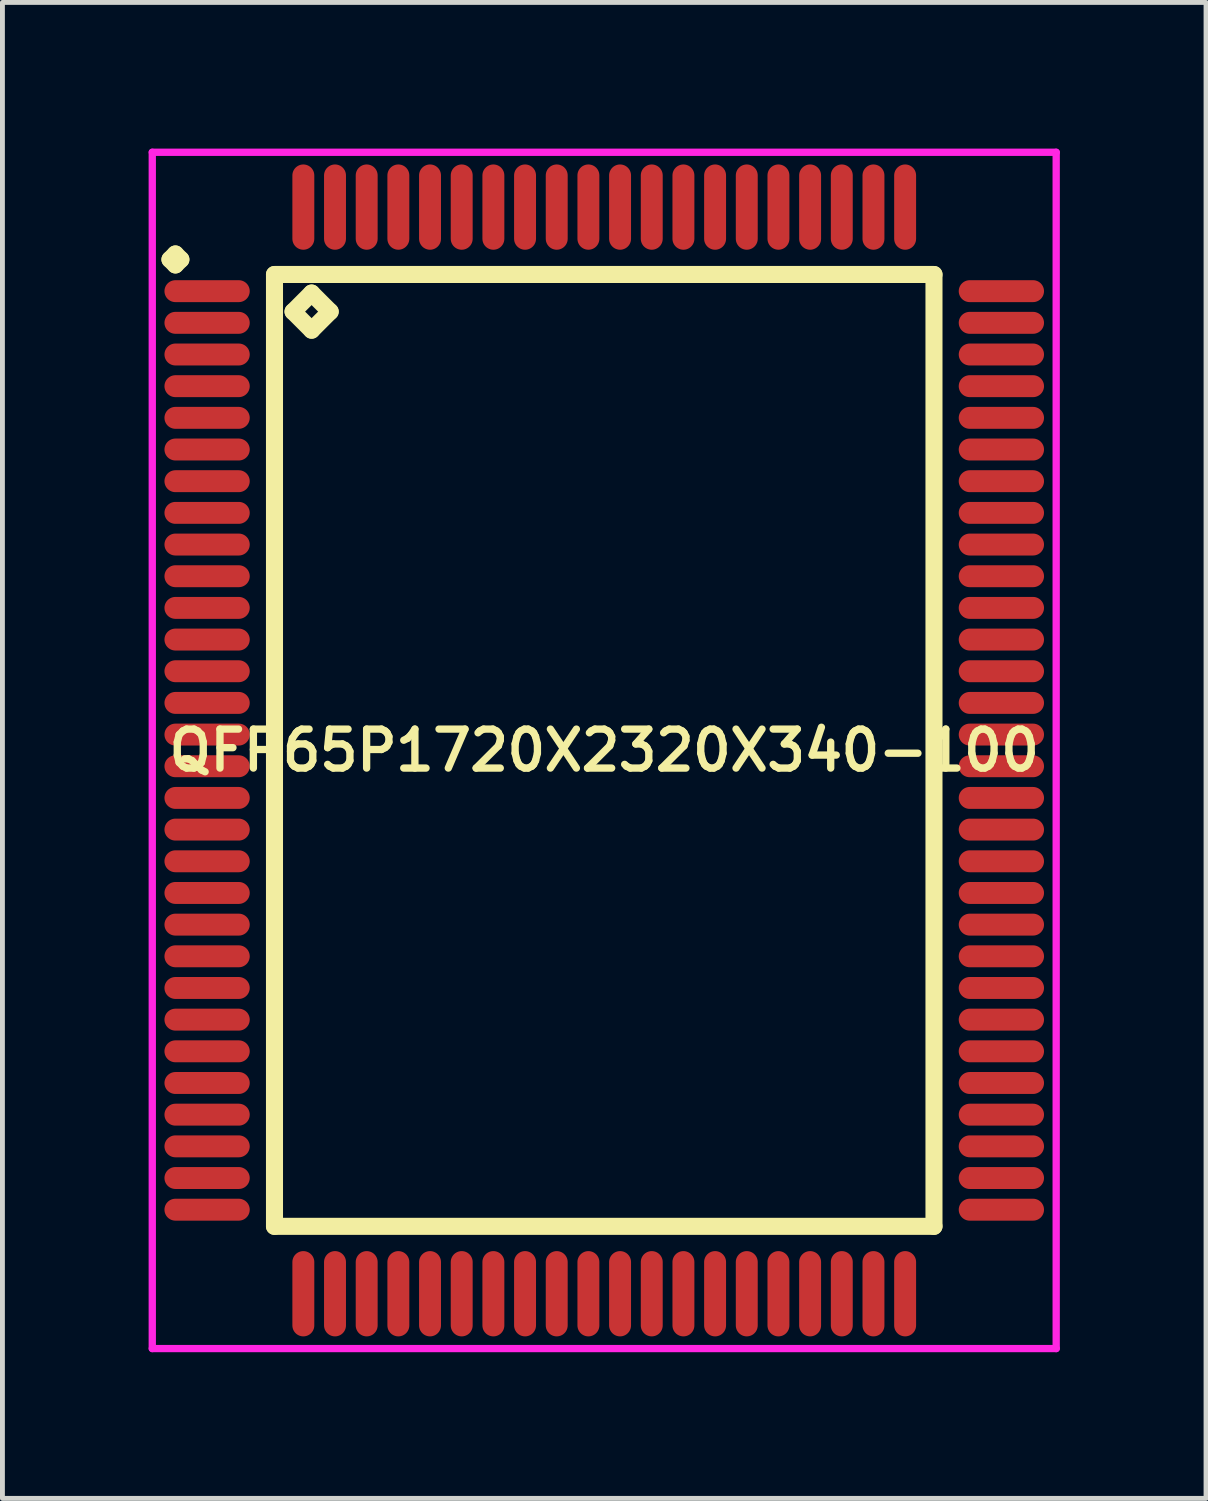
<source format=kicad_pcb>
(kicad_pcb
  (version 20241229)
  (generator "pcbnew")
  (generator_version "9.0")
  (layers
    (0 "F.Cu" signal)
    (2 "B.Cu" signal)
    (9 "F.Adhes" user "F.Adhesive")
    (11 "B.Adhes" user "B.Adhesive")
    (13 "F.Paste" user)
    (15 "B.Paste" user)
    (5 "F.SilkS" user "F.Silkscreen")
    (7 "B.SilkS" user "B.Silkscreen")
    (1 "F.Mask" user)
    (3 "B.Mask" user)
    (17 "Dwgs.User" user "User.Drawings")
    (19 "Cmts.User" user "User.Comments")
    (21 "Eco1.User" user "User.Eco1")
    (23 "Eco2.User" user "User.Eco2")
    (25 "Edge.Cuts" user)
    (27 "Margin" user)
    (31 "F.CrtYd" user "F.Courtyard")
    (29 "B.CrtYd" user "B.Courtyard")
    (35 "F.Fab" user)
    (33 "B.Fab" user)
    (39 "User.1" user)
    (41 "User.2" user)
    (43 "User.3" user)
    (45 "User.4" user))
  (footprint "QFP65P1720X2320X340-100"
    (layer "F.Cu")
    (at 9.35 12.35)
    (property "Reference" "QFP65P1720X2320X340-100" (at 0 0 0) (layer "F.SilkS") (effects (font (size 0.8 0.8) (thickness 0.15))))
    (attr smd)
    (fp_line (start -8.912 -10.075) (end -8.8 -10.188) (stroke (width 0.35) (type solid)) (layer "F.SilkS"))
    (fp_line (start -8.8 -10.188) (end -8.688 -10.075) (stroke (width 0.35) (type solid)) (layer "F.SilkS"))
    (fp_line (start -8.8 -9.963) (end -8.912 -10.075) (stroke (width 0.35) (type solid)) (layer "F.SilkS"))
    (fp_line (start -8.688 -10.075) (end -8.8 -9.963) (stroke (width 0.35) (type solid)) (layer "F.SilkS"))
    (fp_line (start -6.767 -9.767) (end -6.767 9.767) (stroke (width 0.35) (type solid)) (layer "F.SilkS"))
    (fp_line (start -6.767 9.767) (end 6.767 9.767) (stroke (width 0.35) (type solid)) (layer "F.SilkS"))
    (fp_line (start -6.386 -9.005) (end -6.005 -9.386) (stroke (width 0.35) (type solid)) (layer "F.SilkS"))
    (fp_line (start -6.005 -9.386) (end -5.624 -9.005) (stroke (width 0.35) (type solid)) (layer "F.SilkS"))
    (fp_line (start -6.005 -8.624) (end -6.386 -9.005) (stroke (width 0.35) (type solid)) (layer "F.SilkS"))
    (fp_line (start -5.624 -9.005) (end -6.005 -8.624) (stroke (width 0.35) (type solid)) (layer "F.SilkS"))
    (fp_line (start 6.767 -9.767) (end -6.767 -9.767) (stroke (width 0.35) (type solid)) (layer "F.SilkS"))
    (fp_line (start 6.767 9.767) (end 6.767 -9.767) (stroke (width 0.35) (type solid)) (layer "F.SilkS"))
    (fp_line (start -9.275 -12.275) (end 9.275 -12.275) (stroke (width 0.15) (type solid)) (layer "F.CrtYd"))
    (fp_line (start -9.275 12.275) (end -9.275 -12.275) (stroke (width 0.15) (type solid)) (layer "F.CrtYd"))
    (fp_line (start 9.275 -12.275) (end 9.275 12.275) (stroke (width 0.15) (type solid)) (layer "F.CrtYd"))
    (fp_line (start 9.275 12.275) (end -9.275 12.275) (stroke (width 0.15) (type solid)) (layer "F.CrtYd"))
    (pad "1" smd oval (at -8.15 -9.425) (size 1.75 0.45) (layers "F.Cu" "F.Mask" "F.Paste"))
    (pad "2" smd oval (at -8.15 -8.775) (size 1.75 0.45) (layers "F.Cu" "F.Mask" "F.Paste"))
    (pad "3" smd oval (at -8.15 -8.125) (size 1.75 0.45) (layers "F.Cu" "F.Mask" "F.Paste"))
    (pad "4" smd oval (at -8.15 -7.475) (size 1.75 0.45) (layers "F.Cu" "F.Mask" "F.Paste"))
    (pad "5" smd oval (at -8.15 -6.825) (size 1.75 0.45) (layers "F.Cu" "F.Mask" "F.Paste"))
    (pad "6" smd oval (at -8.15 -6.175) (size 1.75 0.45) (layers "F.Cu" "F.Mask" "F.Paste"))
    (pad "7" smd oval (at -8.15 -5.525) (size 1.75 0.45) (layers "F.Cu" "F.Mask" "F.Paste"))
    (pad "8" smd oval (at -8.15 -4.875) (size 1.75 0.45) (layers "F.Cu" "F.Mask" "F.Paste"))
    (pad "9" smd oval (at -8.15 -4.225) (size 1.75 0.45) (layers "F.Cu" "F.Mask" "F.Paste"))
    (pad "10" smd oval (at -8.15 -3.575) (size 1.75 0.45) (layers "F.Cu" "F.Mask" "F.Paste"))
    (pad "11" smd oval (at -8.15 -2.925) (size 1.75 0.45) (layers "F.Cu" "F.Mask" "F.Paste"))
    (pad "12" smd oval (at -8.15 -2.275) (size 1.75 0.45) (layers "F.Cu" "F.Mask" "F.Paste"))
    (pad "13" smd oval (at -8.15 -1.625) (size 1.75 0.45) (layers "F.Cu" "F.Mask" "F.Paste"))
    (pad "14" smd oval (at -8.15 -0.975) (size 1.75 0.45) (layers "F.Cu" "F.Mask" "F.Paste"))
    (pad "15" smd oval (at -8.15 -0.325) (size 1.75 0.45) (layers "F.Cu" "F.Mask" "F.Paste"))
    (pad "16" smd oval (at -8.15 0.325) (size 1.75 0.45) (layers "F.Cu" "F.Mask" "F.Paste"))
    (pad "17" smd oval (at -8.15 0.975) (size 1.75 0.45) (layers "F.Cu" "F.Mask" "F.Paste"))
    (pad "18" smd oval (at -8.15 1.625) (size 1.75 0.45) (layers "F.Cu" "F.Mask" "F.Paste"))
    (pad "19" smd oval (at -8.15 2.275) (size 1.75 0.45) (layers "F.Cu" "F.Mask" "F.Paste"))
    (pad "20" smd oval (at -8.15 2.925) (size 1.75 0.45) (layers "F.Cu" "F.Mask" "F.Paste"))
    (pad "21" smd oval (at -8.15 3.575) (size 1.75 0.45) (layers "F.Cu" "F.Mask" "F.Paste"))
    (pad "22" smd oval (at -8.15 4.225) (size 1.75 0.45) (layers "F.Cu" "F.Mask" "F.Paste"))
    (pad "23" smd oval (at -8.15 4.875) (size 1.75 0.45) (layers "F.Cu" "F.Mask" "F.Paste"))
    (pad "24" smd oval (at -8.15 5.525) (size 1.75 0.45) (layers "F.Cu" "F.Mask" "F.Paste"))
    (pad "25" smd oval (at -8.15 6.175) (size 1.75 0.45) (layers "F.Cu" "F.Mask" "F.Paste"))
    (pad "26" smd oval (at -8.15 6.825) (size 1.75 0.45) (layers "F.Cu" "F.Mask" "F.Paste"))
    (pad "27" smd oval (at -8.15 7.475) (size 1.75 0.45) (layers "F.Cu" "F.Mask" "F.Paste"))
    (pad "28" smd oval (at -8.15 8.125) (size 1.75 0.45) (layers "F.Cu" "F.Mask" "F.Paste"))
    (pad "29" smd oval (at -8.15 8.775) (size 1.75 0.45) (layers "F.Cu" "F.Mask" "F.Paste"))
    (pad "30" smd oval (at -8.15 9.425) (size 1.75 0.45) (layers "F.Cu" "F.Mask" "F.Paste"))
    (pad "31" smd oval (at -6.175 11.15) (size 0.45 1.75) (layers "F.Cu" "F.Mask" "F.Paste"))
    (pad "32" smd oval (at -5.525 11.15) (size 0.45 1.75) (layers "F.Cu" "F.Mask" "F.Paste"))
    (pad "33" smd oval (at -4.875 11.15) (size 0.45 1.75) (layers "F.Cu" "F.Mask" "F.Paste"))
    (pad "34" smd oval (at -4.225 11.15) (size 0.45 1.75) (layers "F.Cu" "F.Mask" "F.Paste"))
    (pad "35" smd oval (at -3.575 11.15) (size 0.45 1.75) (layers "F.Cu" "F.Mask" "F.Paste"))
    (pad "36" smd oval (at -2.925 11.15) (size 0.45 1.75) (layers "F.Cu" "F.Mask" "F.Paste"))
    (pad "37" smd oval (at -2.275 11.15) (size 0.45 1.75) (layers "F.Cu" "F.Mask" "F.Paste"))
    (pad "38" smd oval (at -1.625 11.15) (size 0.45 1.75) (layers "F.Cu" "F.Mask" "F.Paste"))
    (pad "39" smd oval (at -0.975 11.15) (size 0.45 1.75) (layers "F.Cu" "F.Mask" "F.Paste"))
    (pad "40" smd oval (at -0.325 11.15) (size 0.45 1.75) (layers "F.Cu" "F.Mask" "F.Paste"))
    (pad "41" smd oval (at 0.325 11.15) (size 0.45 1.75) (layers "F.Cu" "F.Mask" "F.Paste"))
    (pad "42" smd oval (at 0.975 11.15) (size 0.45 1.75) (layers "F.Cu" "F.Mask" "F.Paste"))
    (pad "43" smd oval (at 1.625 11.15) (size 0.45 1.75) (layers "F.Cu" "F.Mask" "F.Paste"))
    (pad "44" smd oval (at 2.275 11.15) (size 0.45 1.75) (layers "F.Cu" "F.Mask" "F.Paste"))
    (pad "45" smd oval (at 2.925 11.15) (size 0.45 1.75) (layers "F.Cu" "F.Mask" "F.Paste"))
    (pad "46" smd oval (at 3.575 11.15) (size 0.45 1.75) (layers "F.Cu" "F.Mask" "F.Paste"))
    (pad "47" smd oval (at 4.225 11.15) (size 0.45 1.75) (layers "F.Cu" "F.Mask" "F.Paste"))
    (pad "48" smd oval (at 4.875 11.15) (size 0.45 1.75) (layers "F.Cu" "F.Mask" "F.Paste"))
    (pad "49" smd oval (at 5.525 11.15) (size 0.45 1.75) (layers "F.Cu" "F.Mask" "F.Paste"))
    (pad "50" smd oval (at 6.175 11.15) (size 0.45 1.75) (layers "F.Cu" "F.Mask" "F.Paste"))
    (pad "51" smd oval (at 8.15 9.425) (size 1.75 0.45) (layers "F.Cu" "F.Mask" "F.Paste"))
    (pad "52" smd oval (at 8.15 8.775) (size 1.75 0.45) (layers "F.Cu" "F.Mask" "F.Paste"))
    (pad "53" smd oval (at 8.15 8.125) (size 1.75 0.45) (layers "F.Cu" "F.Mask" "F.Paste"))
    (pad "54" smd oval (at 8.15 7.475) (size 1.75 0.45) (layers "F.Cu" "F.Mask" "F.Paste"))
    (pad "55" smd oval (at 8.15 6.825) (size 1.75 0.45) (layers "F.Cu" "F.Mask" "F.Paste"))
    (pad "56" smd oval (at 8.15 6.175) (size 1.75 0.45) (layers "F.Cu" "F.Mask" "F.Paste"))
    (pad "57" smd oval (at 8.15 5.525) (size 1.75 0.45) (layers "F.Cu" "F.Mask" "F.Paste"))
    (pad "58" smd oval (at 8.15 4.875) (size 1.75 0.45) (layers "F.Cu" "F.Mask" "F.Paste"))
    (pad "59" smd oval (at 8.15 4.225) (size 1.75 0.45) (layers "F.Cu" "F.Mask" "F.Paste"))
    (pad "60" smd oval (at 8.15 3.575) (size 1.75 0.45) (layers "F.Cu" "F.Mask" "F.Paste"))
    (pad "61" smd oval (at 8.15 2.925) (size 1.75 0.45) (layers "F.Cu" "F.Mask" "F.Paste"))
    (pad "62" smd oval (at 8.15 2.275) (size 1.75 0.45) (layers "F.Cu" "F.Mask" "F.Paste"))
    (pad "63" smd oval (at 8.15 1.625) (size 1.75 0.45) (layers "F.Cu" "F.Mask" "F.Paste"))
    (pad "64" smd oval (at 8.15 0.975) (size 1.75 0.45) (layers "F.Cu" "F.Mask" "F.Paste"))
    (pad "65" smd oval (at 8.15 0.325) (size 1.75 0.45) (layers "F.Cu" "F.Mask" "F.Paste"))
    (pad "66" smd oval (at 8.15 -0.325) (size 1.75 0.45) (layers "F.Cu" "F.Mask" "F.Paste"))
    (pad "67" smd oval (at 8.15 -0.975) (size 1.75 0.45) (layers "F.Cu" "F.Mask" "F.Paste"))
    (pad "68" smd oval (at 8.15 -1.625) (size 1.75 0.45) (layers "F.Cu" "F.Mask" "F.Paste"))
    (pad "69" smd oval (at 8.15 -2.275) (size 1.75 0.45) (layers "F.Cu" "F.Mask" "F.Paste"))
    (pad "70" smd oval (at 8.15 -2.925) (size 1.75 0.45) (layers "F.Cu" "F.Mask" "F.Paste"))
    (pad "71" smd oval (at 8.15 -3.575) (size 1.75 0.45) (layers "F.Cu" "F.Mask" "F.Paste"))
    (pad "72" smd oval (at 8.15 -4.225) (size 1.75 0.45) (layers "F.Cu" "F.Mask" "F.Paste"))
    (pad "73" smd oval (at 8.15 -4.875) (size 1.75 0.45) (layers "F.Cu" "F.Mask" "F.Paste"))
    (pad "74" smd oval (at 8.15 -5.525) (size 1.75 0.45) (layers "F.Cu" "F.Mask" "F.Paste"))
    (pad "75" smd oval (at 8.15 -6.175) (size 1.75 0.45) (layers "F.Cu" "F.Mask" "F.Paste"))
    (pad "76" smd oval (at 8.15 -6.825) (size 1.75 0.45) (layers "F.Cu" "F.Mask" "F.Paste"))
    (pad "77" smd oval (at 8.15 -7.475) (size 1.75 0.45) (layers "F.Cu" "F.Mask" "F.Paste"))
    (pad "78" smd oval (at 8.15 -8.125) (size 1.75 0.45) (layers "F.Cu" "F.Mask" "F.Paste"))
    (pad "79" smd oval (at 8.15 -8.775) (size 1.75 0.45) (layers "F.Cu" "F.Mask" "F.Paste"))
    (pad "80" smd oval (at 8.15 -9.425) (size 1.75 0.45) (layers "F.Cu" "F.Mask" "F.Paste"))
    (pad "81" smd oval (at 6.175 -11.15) (size 0.45 1.75) (layers "F.Cu" "F.Mask" "F.Paste"))
    (pad "82" smd oval (at 5.525 -11.15) (size 0.45 1.75) (layers "F.Cu" "F.Mask" "F.Paste"))
    (pad "83" smd oval (at 4.875 -11.15) (size 0.45 1.75) (layers "F.Cu" "F.Mask" "F.Paste"))
    (pad "84" smd oval (at 4.225 -11.15) (size 0.45 1.75) (layers "F.Cu" "F.Mask" "F.Paste"))
    (pad "85" smd oval (at 3.575 -11.15) (size 0.45 1.75) (layers "F.Cu" "F.Mask" "F.Paste"))
    (pad "86" smd oval (at 2.925 -11.15) (size 0.45 1.75) (layers "F.Cu" "F.Mask" "F.Paste"))
    (pad "87" smd oval (at 2.275 -11.15) (size 0.45 1.75) (layers "F.Cu" "F.Mask" "F.Paste"))
    (pad "88" smd oval (at 1.625 -11.15) (size 0.45 1.75) (layers "F.Cu" "F.Mask" "F.Paste"))
    (pad "89" smd oval (at 0.975 -11.15) (size 0.45 1.75) (layers "F.Cu" "F.Mask" "F.Paste"))
    (pad "90" smd oval (at 0.325 -11.15) (size 0.45 1.75) (layers "F.Cu" "F.Mask" "F.Paste"))
    (pad "91" smd oval (at -0.325 -11.15) (size 0.45 1.75) (layers "F.Cu" "F.Mask" "F.Paste"))
    (pad "92" smd oval (at -0.975 -11.15) (size 0.45 1.75) (layers "F.Cu" "F.Mask" "F.Paste"))
    (pad "93" smd oval (at -1.625 -11.15) (size 0.45 1.75) (layers "F.Cu" "F.Mask" "F.Paste"))
    (pad "94" smd oval (at -2.275 -11.15) (size 0.45 1.75) (layers "F.Cu" "F.Mask" "F.Paste"))
    (pad "95" smd oval (at -2.925 -11.15) (size 0.45 1.75) (layers "F.Cu" "F.Mask" "F.Paste"))
    (pad "96" smd oval (at -3.575 -11.15) (size 0.45 1.75) (layers "F.Cu" "F.Mask" "F.Paste"))
    (pad "97" smd oval (at -4.225 -11.15) (size 0.45 1.75) (layers "F.Cu" "F.Mask" "F.Paste"))
    (pad "98" smd oval (at -4.875 -11.15) (size 0.45 1.75) (layers "F.Cu" "F.Mask" "F.Paste"))
    (pad "99" smd oval (at -5.525 -11.15) (size 0.45 1.75) (layers "F.Cu" "F.Mask" "F.Paste"))
    (pad "100" smd oval (at -6.175 -11.15) (size 0.45 1.75) (layers "F.Cu" "F.Mask" "F.Paste")))
  (gr_rect
    (start -3 -3)
    (end 21.7 27.7)
    (stroke (width 0.1) (type default))
    (fill no)
    (layer "Edge.Cuts")))
</source>
